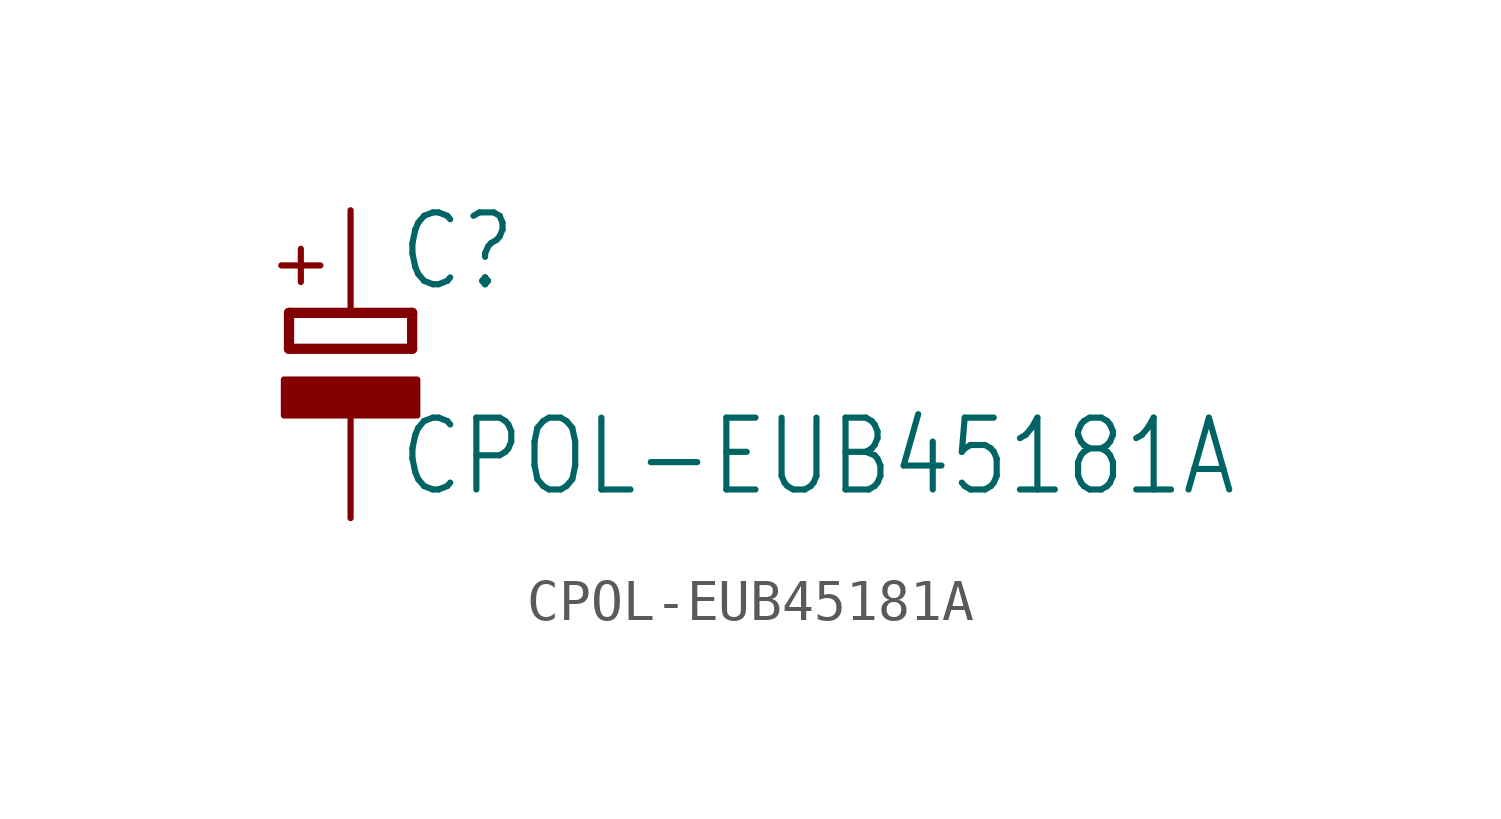
<source format=kicad_sym>
(kicad_symbol_lib
  (version 20211014)
  (generator kicad_symbol_editor)
  (symbol "CPOL-EUB45181A"
    (property "Reference" "C"
      (at 1.143 0.483 0)
      (effects (font (size 1.778 1.511)) (justify left bottom)))
    (property "Value" "CPOL-EUB45181A"
      (at 1.143 -4.597 0)
      (effects (font (size 1.778 1.511)) (justify left bottom)))
    (property "ki_locked" ""
      (at 0 0 0)
      (effects (font (size 1.27 1.27))))
    (symbol "CPOL-EUB45181A_1_0"
      (rectangle (start -1.651 -2.54) (end 1.651 -1.651) (stroke (width 0) (type default) (color 0 0 0 0)) (fill (type outline)))
      (polyline (pts (xy -1.524 -0.889) (xy 1.524 -0.889)) (stroke (width 0.254) (type default) (color 0 0 0 0)) (fill (type none)))
      (polyline (pts (xy -1.524 0) (xy -1.524 -0.889)) (stroke (width 0.254) (type default) (color 0 0 0 0)) (fill (type none)))
      (polyline (pts (xy -1.524 0) (xy 1.524 0)) (stroke (width 0.254) (type default) (color 0 0 0 0)) (fill (type none)))
      (polyline (pts (xy 1.524 -0.889) (xy 1.524 0)) (stroke (width 0.254) (type default) (color 0 0 0 0)) (fill (type none)))
      (text "+" (at -0.584 0.406 900) (effects (font (size 1.27 1.079)) (justify left bottom)))
      (pin passive line (at 0 2.54 270) (length 2.54) (name "+" (effects (font (size 0 0)))) (number "+" (effects (font (size 0 0)))))
      (pin passive line (at 0 -5.08 90) (length 2.54) (name "-" (effects (font (size 0 0)))) (number "-" (effects (font (size 0 0))))))))
</source>
